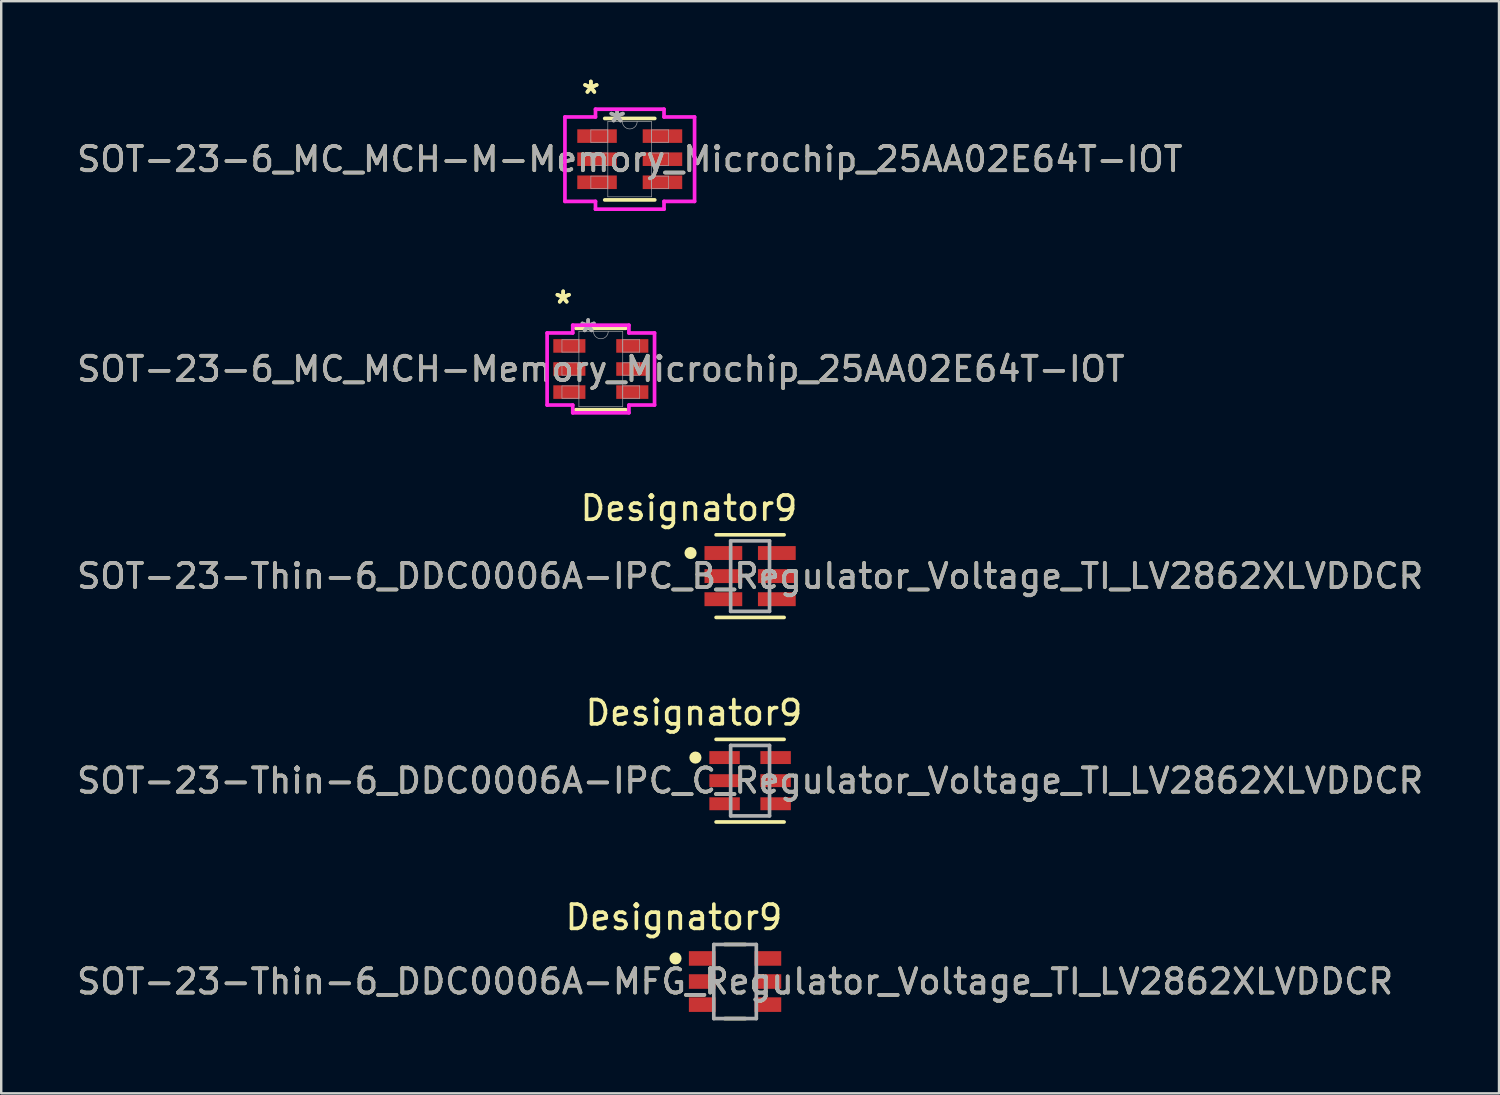
<source format=kicad_pcb>
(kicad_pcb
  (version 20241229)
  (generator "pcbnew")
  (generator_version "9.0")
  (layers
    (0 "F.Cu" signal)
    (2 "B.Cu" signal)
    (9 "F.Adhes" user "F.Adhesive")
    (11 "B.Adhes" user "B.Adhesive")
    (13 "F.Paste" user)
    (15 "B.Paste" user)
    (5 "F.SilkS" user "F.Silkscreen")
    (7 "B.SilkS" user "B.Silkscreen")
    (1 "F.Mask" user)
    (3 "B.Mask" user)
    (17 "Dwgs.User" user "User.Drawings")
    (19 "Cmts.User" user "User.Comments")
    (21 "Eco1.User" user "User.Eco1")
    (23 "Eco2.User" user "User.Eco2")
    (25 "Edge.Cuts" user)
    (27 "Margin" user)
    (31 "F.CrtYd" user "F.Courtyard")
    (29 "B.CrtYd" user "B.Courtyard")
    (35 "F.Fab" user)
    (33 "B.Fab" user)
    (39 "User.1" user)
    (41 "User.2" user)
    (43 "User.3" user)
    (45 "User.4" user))
  (footprint "SOT-23-Thin-6_DDC0006A-MFG_Regulator_Voltage_TI_LV2862XLVDDCR"
    (layer "F.Cu")
    (at 27.196 37.338)
    (property "Reference" "SOT-23-Thin-6_DDC0006A-MFG_Regulator_Voltage_TI_LV2862XLVDDCR" (at 0 0 0) (unlocked yes) (layer "F.SilkS") (effects (font (size 1 1) (thickness 0.15))))
    (attr smd)
    (fp_line (start -0.425 -1.525) (end 0.425 -1.525) (stroke (width 0.15) (type solid)) (layer "F.SilkS"))
    (fp_line (start -0.425 1.525) (end 0.425 1.525) (stroke (width 0.15) (type solid)) (layer "F.SilkS"))
    (fp_circle (center -2.45 -0.95) (end -2.325 -0.95) (stroke (width 0.25) (type solid)) (fill no) (layer "F.SilkS"))
    (fp_line (start -0.875 -1.525) (end 0.875 -1.525) (stroke (width 0.15) (type solid)) (layer "F.Fab"))
    (fp_line (start -0.875 1.525) (end -0.875 -1.525) (stroke (width 0.15) (type solid)) (layer "F.Fab"))
    (fp_line (start -0.875 1.525) (end 0.875 1.525) (stroke (width 0.15) (type solid)) (layer "F.Fab"))
    (fp_line (start 0.875 1.525) (end 0.875 -1.525) (stroke (width 0.15) (type solid)) (layer "F.Fab"))
    (fp_text user "Designator9" (at -2.515 -2.642 0) (unlocked yes) (layer "F.SilkS") (effects (font (size 1 1) (thickness 0.15))))
    (fp_text user "${REFERENCE}" (at 0 0 0) (unlocked yes) (layer "F.Fab") (effects (font (size 1 1) (thickness 0.15))))
    (pad "1" smd rect (at -1.35 -0.95) (size 1.1 0.6) (layers "F.Cu" "F.Mask" "F.Paste"))
    (pad "2" smd rect (at -1.35 0) (size 1.1 0.6) (layers "F.Cu" "F.Mask" "F.Paste"))
    (pad "3" smd rect (at -1.35 0.95) (size 1.1 0.6) (layers "F.Cu" "F.Mask" "F.Paste"))
    (pad "4" smd rect (at 1.35 0.95) (size 1.1 0.6) (layers "F.Cu" "F.Mask" "F.Paste"))
    (pad "5" smd rect (at 1.35 0) (size 1.1 0.6) (layers "F.Cu" "F.Mask" "F.Paste"))
    (pad "6" smd rect (at 1.35 -0.95) (size 1.1 0.6) (layers "F.Cu" "F.Mask" "F.Paste")))
  (footprint "SOT-23-Thin-6_DDC0006A-IPC_B_Regulator_Voltage_TI_LV2862XLVDDCR"
    (layer "F.Cu")
    (at 27.815 20.656)
    (property "Reference" "SOT-23-Thin-6_DDC0006A-IPC_B_Regulator_Voltage_TI_LV2862XLVDDCR" (at 0 0 0) (unlocked yes) (layer "F.SilkS") (effects (font (size 1 1) (thickness 0.15))))
    (attr smd)
    (fp_line (start -1.4 -1.7) (end 1.4 -1.7) (stroke (width 0.15) (type solid)) (layer "F.SilkS"))
    (fp_line (start -1.4 1.7) (end 1.4 1.7) (stroke (width 0.15) (type solid)) (layer "F.SilkS"))
    (fp_circle (center -2.45 -0.95) (end -2.325 -0.95) (stroke (width 0.25) (type solid)) (fill no) (layer "F.SilkS"))
    (fp_line (start -0.8 -1.45) (end 0.8 -1.45) (stroke (width 0.15) (type solid)) (layer "F.Fab"))
    (fp_line (start -0.8 1.45) (end -0.8 -1.45) (stroke (width 0.15) (type solid)) (layer "F.Fab"))
    (fp_line (start -0.8 1.45) (end 0.8 1.45) (stroke (width 0.15) (type solid)) (layer "F.Fab"))
    (fp_line (start 0.8 1.45) (end 0.8 -1.45) (stroke (width 0.15) (type solid)) (layer "F.Fab"))
    (fp_text user "Designator9" (at -2.515 -2.794 0) (unlocked yes) (layer "F.SilkS") (effects (font (size 1 1) (thickness 0.15))))
    (fp_text user "${REFERENCE}" (at 0 0 0) (unlocked yes) (layer "F.Fab") (effects (font (size 1 1) (thickness 0.15))))
    (pad "1" smd rect (at -1.1 -0.95) (size 1.554 0.572) (layers "F.Cu" "F.Mask" "F.Paste"))
    (pad "2" smd rect (at -1.1 0) (size 1.554 0.572) (layers "F.Cu" "F.Mask" "F.Paste"))
    (pad "3" smd rect (at -1.1 0.95) (size 1.554 0.572) (layers "F.Cu" "F.Mask" "F.Paste"))
    (pad "4" smd rect (at 1.1 0.95) (size 1.554 0.572) (layers "F.Cu" "F.Mask" "F.Paste"))
    (pad "5" smd rect (at 1.1 0) (size 1.554 0.572) (layers "F.Cu" "F.Mask" "F.Paste"))
    (pad "6" smd rect (at 1.1 -0.95) (size 1.554 0.572) (layers "F.Cu" "F.Mask" "F.Paste")))
  (footprint "SOT-23-6_MC_MCH-M-Memory_Microchip_25AA02E64T-IOT"
    (layer "F.Cu")
    (at 22.863 3.5)
    (property "Reference" "SOT-23-6_MC_MCH-M-Memory_Microchip_25AA02E64T-IOT" (at 0 0 0) (unlocked yes) (layer "F.SilkS") (effects (font (size 1 1) (thickness 0.15))))
    (attr smd)
    (fp_line (start -1.029 1.676) (end 1.029 1.676) (stroke (width 0.152) (type solid)) (layer "F.SilkS"))
    (fp_line (start 1.029 -1.676) (end -1.029 -1.676) (stroke (width 0.152) (type solid)) (layer "F.SilkS"))
    (fp_line (start -2.667 -1.737) (end -1.41 -1.737) (stroke (width 0.152) (type solid)) (layer "F.CrtYd"))
    (fp_line (start -2.667 1.737) (end -2.667 -1.737) (stroke (width 0.152) (type solid)) (layer "F.CrtYd"))
    (fp_line (start -2.667 1.737) (end -1.41 1.737) (stroke (width 0.152) (type solid)) (layer "F.CrtYd"))
    (fp_line (start -1.41 -2.057) (end 1.41 -2.057) (stroke (width 0.152) (type solid)) (layer "F.CrtYd"))
    (fp_line (start -1.41 -1.737) (end -1.41 -2.057) (stroke (width 0.152) (type solid)) (layer "F.CrtYd"))
    (fp_line (start -1.41 2.057) (end -1.41 1.737) (stroke (width 0.152) (type solid)) (layer "F.CrtYd"))
    (fp_line (start 1.41 -2.057) (end 1.41 -1.737) (stroke (width 0.152) (type solid)) (layer "F.CrtYd"))
    (fp_line (start 1.41 1.737) (end 1.41 2.057) (stroke (width 0.152) (type solid)) (layer "F.CrtYd"))
    (fp_line (start 1.41 2.057) (end -1.41 2.057) (stroke (width 0.152) (type solid)) (layer "F.CrtYd"))
    (fp_line (start 2.667 -1.737) (end 1.41 -1.737) (stroke (width 0.152) (type solid)) (layer "F.CrtYd"))
    (fp_line (start 2.667 -1.737) (end 2.667 1.737) (stroke (width 0.152) (type solid)) (layer "F.CrtYd"))
    (fp_line (start 2.667 1.737) (end 1.41 1.737) (stroke (width 0.152) (type solid)) (layer "F.CrtYd"))
    (fp_line (start -1.6 -1.204) (end -1.6 -0.696) (stroke (width 0.025) (type solid)) (layer "F.Fab"))
    (fp_line (start -1.6 -0.696) (end -0.902 -0.696) (stroke (width 0.025) (type solid)) (layer "F.Fab"))
    (fp_line (start -1.6 -0.254) (end -1.6 0.254) (stroke (width 0.025) (type solid)) (layer "F.Fab"))
    (fp_line (start -1.6 0.254) (end -0.902 0.254) (stroke (width 0.025) (type solid)) (layer "F.Fab"))
    (fp_line (start -1.6 0.696) (end -1.6 1.204) (stroke (width 0.025) (type solid)) (layer "F.Fab"))
    (fp_line (start -1.6 1.204) (end -0.902 1.204) (stroke (width 0.025) (type solid)) (layer "F.Fab"))
    (fp_line (start -0.902 -1.549) (end -0.902 1.549) (stroke (width 0.025) (type solid)) (layer "F.Fab"))
    (fp_line (start -0.902 -1.204) (end -1.6 -1.204) (stroke (width 0.025) (type solid)) (layer "F.Fab"))
    (fp_line (start -0.902 -0.696) (end -0.902 -1.204) (stroke (width 0.025) (type solid)) (layer "F.Fab"))
    (fp_line (start -0.902 -0.254) (end -1.6 -0.254) (stroke (width 0.025) (type solid)) (layer "F.Fab"))
    (fp_line (start -0.902 0.254) (end -0.902 -0.254) (stroke (width 0.025) (type solid)) (layer "F.Fab"))
    (fp_line (start -0.902 0.696) (end -1.6 0.696) (stroke (width 0.025) (type solid)) (layer "F.Fab"))
    (fp_line (start -0.902 1.204) (end -0.902 0.696) (stroke (width 0.025) (type solid)) (layer "F.Fab"))
    (fp_line (start -0.902 1.549) (end 0.902 1.549) (stroke (width 0.025) (type solid)) (layer "F.Fab"))
    (fp_line (start 0.902 -1.549) (end -0.902 -1.549) (stroke (width 0.025) (type solid)) (layer "F.Fab"))
    (fp_line (start 0.902 -1.204) (end 0.902 -0.696) (stroke (width 0.025) (type solid)) (layer "F.Fab"))
    (fp_line (start 0.902 -0.696) (end 1.6 -0.696) (stroke (width 0.025) (type solid)) (layer "F.Fab"))
    (fp_line (start 0.902 -0.254) (end 0.902 0.254) (stroke (width 0.025) (type solid)) (layer "F.Fab"))
    (fp_line (start 0.902 0.254) (end 1.6 0.254) (stroke (width 0.025) (type solid)) (layer "F.Fab"))
    (fp_line (start 0.902 0.696) (end 0.902 1.204) (stroke (width 0.025) (type solid)) (layer "F.Fab"))
    (fp_line (start 0.902 1.204) (end 1.6 1.204) (stroke (width 0.025) (type solid)) (layer "F.Fab"))
    (fp_line (start 0.902 1.549) (end 0.902 -1.549) (stroke (width 0.025) (type solid)) (layer "F.Fab"))
    (fp_line (start 1.6 -1.204) (end 0.902 -1.204) (stroke (width 0.025) (type solid)) (layer "F.Fab"))
    (fp_line (start 1.6 -0.696) (end 1.6 -1.204) (stroke (width 0.025) (type solid)) (layer "F.Fab"))
    (fp_line (start 1.6 -0.254) (end 0.902 -0.254) (stroke (width 0.025) (type solid)) (layer "F.Fab"))
    (fp_line (start 1.6 0.254) (end 1.6 -0.254) (stroke (width 0.025) (type solid)) (layer "F.Fab"))
    (fp_line (start 1.6 0.696) (end 0.902 0.696) (stroke (width 0.025) (type solid)) (layer "F.Fab"))
    (fp_line (start 1.6 1.204) (end 1.6 0.696) (stroke (width 0.025) (type solid)) (layer "F.Fab"))
    (fp_arc (start 0.3048 -1.5494) (mid 0 -1.2446) (end -0.3048 -1.5494) (stroke (width 0.0254) (type solid)) (layer "F.Fab"))
    (fp_text user "*" (at -1.6 -2.652 0) (unlocked yes) (layer "F.SilkS") (effects (font (size 1 1) (thickness 0.15))))
    (fp_text user "*" (at -1.6 -2.652 0) (layer "F.SilkS") (effects (font (size 1 1) (thickness 0.15))))
    (fp_text user "*" (at -0.521 -1.473 0) (unlocked yes) (layer "F.Fab") (effects (font (size 1 1) (thickness 0.15))))
    (fp_text user "${REFERENCE}" (at 0 0 0) (unlocked yes) (layer "F.Fab") (effects (font (size 1 1) (thickness 0.15))))
    (fp_text user "*" (at -0.521 -1.473 0) (layer "F.Fab") (effects (font (size 1 1) (thickness 0.15))))
    (pad "1" smd rect (at -1.346 -0.95) (size 1.626 0.559) (layers "F.Cu" "F.Mask" "F.Paste"))
    (pad "2" smd rect (at -1.346 0) (size 1.626 0.559) (layers "F.Cu" "F.Mask" "F.Paste"))
    (pad "3" smd rect (at -1.346 0.95) (size 1.626 0.559) (layers "F.Cu" "F.Mask" "F.Paste"))
    (pad "4" smd rect (at 1.346 0.95) (size 1.626 0.559) (layers "F.Cu" "F.Mask" "F.Paste"))
    (pad "5" smd rect (at 1.346 0) (size 1.626 0.559) (layers "F.Cu" "F.Mask" "F.Paste"))
    (pad "6" smd rect (at 1.346 -0.95) (size 1.626 0.559) (layers "F.Cu" "F.Mask" "F.Paste")))
  (footprint "SOT-23-Thin-6_DDC0006A-IPC_C_Regulator_Voltage_TI_LV2862XLVDDCR"
    (layer "F.Cu")
    (at 27.815 29.073)
    (property "Reference" "SOT-23-Thin-6_DDC0006A-IPC_C_Regulator_Voltage_TI_LV2862XLVDDCR" (at 0 0 0) (unlocked yes) (layer "F.SilkS") (effects (font (size 1 1) (thickness 0.15))))
    (attr smd)
    (fp_line (start -1.4 -1.7) (end 1.4 -1.7) (stroke (width 0.15) (type solid)) (layer "F.SilkS"))
    (fp_line (start -1.4 1.7) (end 1.4 1.7) (stroke (width 0.15) (type solid)) (layer "F.SilkS"))
    (fp_circle (center -2.25 -0.95) (end -2.125 -0.95) (stroke (width 0.25) (type solid)) (fill no) (layer "F.SilkS"))
    (fp_line (start -0.8 -1.45) (end 0.8 -1.45) (stroke (width 0.15) (type solid)) (layer "F.Fab"))
    (fp_line (start -0.8 1.45) (end -0.8 -1.45) (stroke (width 0.15) (type solid)) (layer "F.Fab"))
    (fp_line (start -0.8 1.45) (end 0.8 1.45) (stroke (width 0.15) (type solid)) (layer "F.Fab"))
    (fp_line (start 0.8 1.45) (end 0.8 -1.45) (stroke (width 0.15) (type solid)) (layer "F.Fab"))
    (fp_text user "Designator9" (at -2.311 -2.794 0) (unlocked yes) (layer "F.SilkS") (effects (font (size 1 1) (thickness 0.15))))
    (fp_text user "${REFERENCE}" (at 0 0 0) (unlocked yes) (layer "F.Fab") (effects (font (size 1 1) (thickness 0.15))))
    (pad "1" smd rect (at -1.05 -0.95) (size 1.254 0.532) (layers "F.Cu" "F.Mask" "F.Paste"))
    (pad "2" smd rect (at -1.05 0) (size 1.254 0.532) (layers "F.Cu" "F.Mask" "F.Paste"))
    (pad "3" smd rect (at -1.05 0.95) (size 1.254 0.532) (layers "F.Cu" "F.Mask" "F.Paste"))
    (pad "4" smd rect (at 1.05 0.95) (size 1.254 0.532) (layers "F.Cu" "F.Mask" "F.Paste"))
    (pad "5" smd rect (at 1.05 0) (size 1.254 0.532) (layers "F.Cu" "F.Mask" "F.Paste"))
    (pad "6" smd rect (at 1.05 -0.95) (size 1.254 0.532) (layers "F.Cu" "F.Mask" "F.Paste")))
  (footprint "SOT-23-6_MC_MCH-Memory_Microchip_25AA02E64T-IOT"
    (layer "F.Cu")
    (at 21.673 12.134)
    (property "Reference" "SOT-23-6_MC_MCH-Memory_Microchip_25AA02E64T-IOT" (at 0 0 0) (unlocked yes) (layer "F.SilkS") (effects (font (size 1 1) (thickness 0.15))))
    (attr smd)
    (fp_line (start -1.029 1.676) (end 1.029 1.676) (stroke (width 0.152) (type solid)) (layer "F.SilkS"))
    (fp_line (start 1.029 -1.676) (end -1.029 -1.676) (stroke (width 0.152) (type solid)) (layer "F.SilkS"))
    (fp_line (start -2.21 -1.483) (end -1.156 -1.483) (stroke (width 0.152) (type solid)) (layer "F.CrtYd"))
    (fp_line (start -2.21 1.483) (end -2.21 -1.483) (stroke (width 0.152) (type solid)) (layer "F.CrtYd"))
    (fp_line (start -2.21 1.483) (end -1.156 1.483) (stroke (width 0.152) (type solid)) (layer "F.CrtYd"))
    (fp_line (start -1.156 -1.803) (end 1.156 -1.803) (stroke (width 0.152) (type solid)) (layer "F.CrtYd"))
    (fp_line (start -1.156 -1.483) (end -1.156 -1.803) (stroke (width 0.152) (type solid)) (layer "F.CrtYd"))
    (fp_line (start -1.156 1.803) (end -1.156 1.483) (stroke (width 0.152) (type solid)) (layer "F.CrtYd"))
    (fp_line (start 1.156 -1.803) (end 1.156 -1.483) (stroke (width 0.152) (type solid)) (layer "F.CrtYd"))
    (fp_line (start 1.156 1.483) (end 1.156 1.803) (stroke (width 0.152) (type solid)) (layer "F.CrtYd"))
    (fp_line (start 1.156 1.803) (end -1.156 1.803) (stroke (width 0.152) (type solid)) (layer "F.CrtYd"))
    (fp_line (start 2.21 -1.483) (end 1.156 -1.483) (stroke (width 0.152) (type solid)) (layer "F.CrtYd"))
    (fp_line (start 2.21 -1.483) (end 2.21 1.483) (stroke (width 0.152) (type solid)) (layer "F.CrtYd"))
    (fp_line (start 2.21 1.483) (end 1.156 1.483) (stroke (width 0.152) (type solid)) (layer "F.CrtYd"))
    (fp_line (start -1.6 -1.204) (end -1.6 -0.696) (stroke (width 0.025) (type solid)) (layer "F.Fab"))
    (fp_line (start -1.6 -0.696) (end -0.902 -0.696) (stroke (width 0.025) (type solid)) (layer "F.Fab"))
    (fp_line (start -1.6 -0.254) (end -1.6 0.254) (stroke (width 0.025) (type solid)) (layer "F.Fab"))
    (fp_line (start -1.6 0.254) (end -0.902 0.254) (stroke (width 0.025) (type solid)) (layer "F.Fab"))
    (fp_line (start -1.6 0.696) (end -1.6 1.204) (stroke (width 0.025) (type solid)) (layer "F.Fab"))
    (fp_line (start -1.6 1.204) (end -0.902 1.204) (stroke (width 0.025) (type solid)) (layer "F.Fab"))
    (fp_line (start -0.902 -1.549) (end -0.902 1.549) (stroke (width 0.025) (type solid)) (layer "F.Fab"))
    (fp_line (start -0.902 -1.204) (end -1.6 -1.204) (stroke (width 0.025) (type solid)) (layer "F.Fab"))
    (fp_line (start -0.902 -0.696) (end -0.902 -1.204) (stroke (width 0.025) (type solid)) (layer "F.Fab"))
    (fp_line (start -0.902 -0.254) (end -1.6 -0.254) (stroke (width 0.025) (type solid)) (layer "F.Fab"))
    (fp_line (start -0.902 0.254) (end -0.902 -0.254) (stroke (width 0.025) (type solid)) (layer "F.Fab"))
    (fp_line (start -0.902 0.696) (end -1.6 0.696) (stroke (width 0.025) (type solid)) (layer "F.Fab"))
    (fp_line (start -0.902 1.204) (end -0.902 0.696) (stroke (width 0.025) (type solid)) (layer "F.Fab"))
    (fp_line (start -0.902 1.549) (end 0.902 1.549) (stroke (width 0.025) (type solid)) (layer "F.Fab"))
    (fp_line (start 0.902 -1.549) (end -0.902 -1.549) (stroke (width 0.025) (type solid)) (layer "F.Fab"))
    (fp_line (start 0.902 -1.204) (end 0.902 -0.696) (stroke (width 0.025) (type solid)) (layer "F.Fab"))
    (fp_line (start 0.902 -0.696) (end 1.6 -0.696) (stroke (width 0.025) (type solid)) (layer "F.Fab"))
    (fp_line (start 0.902 -0.254) (end 0.902 0.254) (stroke (width 0.025) (type solid)) (layer "F.Fab"))
    (fp_line (start 0.902 0.254) (end 1.6 0.254) (stroke (width 0.025) (type solid)) (layer "F.Fab"))
    (fp_line (start 0.902 0.696) (end 0.902 1.204) (stroke (width 0.025) (type solid)) (layer "F.Fab"))
    (fp_line (start 0.902 1.204) (end 1.6 1.204) (stroke (width 0.025) (type solid)) (layer "F.Fab"))
    (fp_line (start 0.902 1.549) (end 0.902 -1.549) (stroke (width 0.025) (type solid)) (layer "F.Fab"))
    (fp_line (start 1.6 -1.204) (end 0.902 -1.204) (stroke (width 0.025) (type solid)) (layer "F.Fab"))
    (fp_line (start 1.6 -0.696) (end 1.6 -1.204) (stroke (width 0.025) (type solid)) (layer "F.Fab"))
    (fp_line (start 1.6 -0.254) (end 0.902 -0.254) (stroke (width 0.025) (type solid)) (layer "F.Fab"))
    (fp_line (start 1.6 0.254) (end 1.6 -0.254) (stroke (width 0.025) (type solid)) (layer "F.Fab"))
    (fp_line (start 1.6 0.696) (end 0.902 0.696) (stroke (width 0.025) (type solid)) (layer "F.Fab"))
    (fp_line (start 1.6 1.204) (end 1.6 0.696) (stroke (width 0.025) (type solid)) (layer "F.Fab"))
    (fp_arc (start 0.3048 -1.5494) (mid 0 -1.2446) (end -0.3048 -1.5494) (stroke (width 0.0254) (type solid)) (layer "F.Fab"))
    (fp_text user "*" (at -1.549 -2.652 0) (unlocked yes) (layer "F.SilkS") (effects (font (size 1 1) (thickness 0.15))))
    (fp_text user "*" (at -1.549 -2.652 0) (layer "F.SilkS") (effects (font (size 1 1) (thickness 0.15))))
    (fp_text user "*" (at -0.521 -1.473 0) (layer "F.Fab") (effects (font (size 1 1) (thickness 0.15))))
    (fp_text user "${REFERENCE}" (at 0 0 0) (unlocked yes) (layer "F.Fab") (effects (font (size 1 1) (thickness 0.15))))
    (fp_text user "*" (at -0.521 -1.473 0) (unlocked yes) (layer "F.Fab") (effects (font (size 1 1) (thickness 0.15))))
    (pad "1" smd rect (at -1.295 -0.95) (size 1.321 0.559) (layers "F.Cu" "F.Mask" "F.Paste"))
    (pad "2" smd rect (at -1.295 0) (size 1.321 0.559) (layers "F.Cu" "F.Mask" "F.Paste"))
    (pad "3" smd rect (at -1.295 0.95) (size 1.321 0.559) (layers "F.Cu" "F.Mask" "F.Paste"))
    (pad "4" smd rect (at 1.295 0.95) (size 1.321 0.559) (layers "F.Cu" "F.Mask" "F.Paste"))
    (pad "5" smd rect (at 1.295 0) (size 1.321 0.559) (layers "F.Cu" "F.Mask" "F.Paste"))
    (pad "6" smd rect (at 1.295 -0.95) (size 1.321 0.559) (layers "F.Cu" "F.Mask" "F.Paste")))
  (gr_rect
    (start -3 -3)
    (end 58.631 41.938)
    (stroke (width 0.1) (type default))
    (fill no)
    (layer "Edge.Cuts")))
</source>
